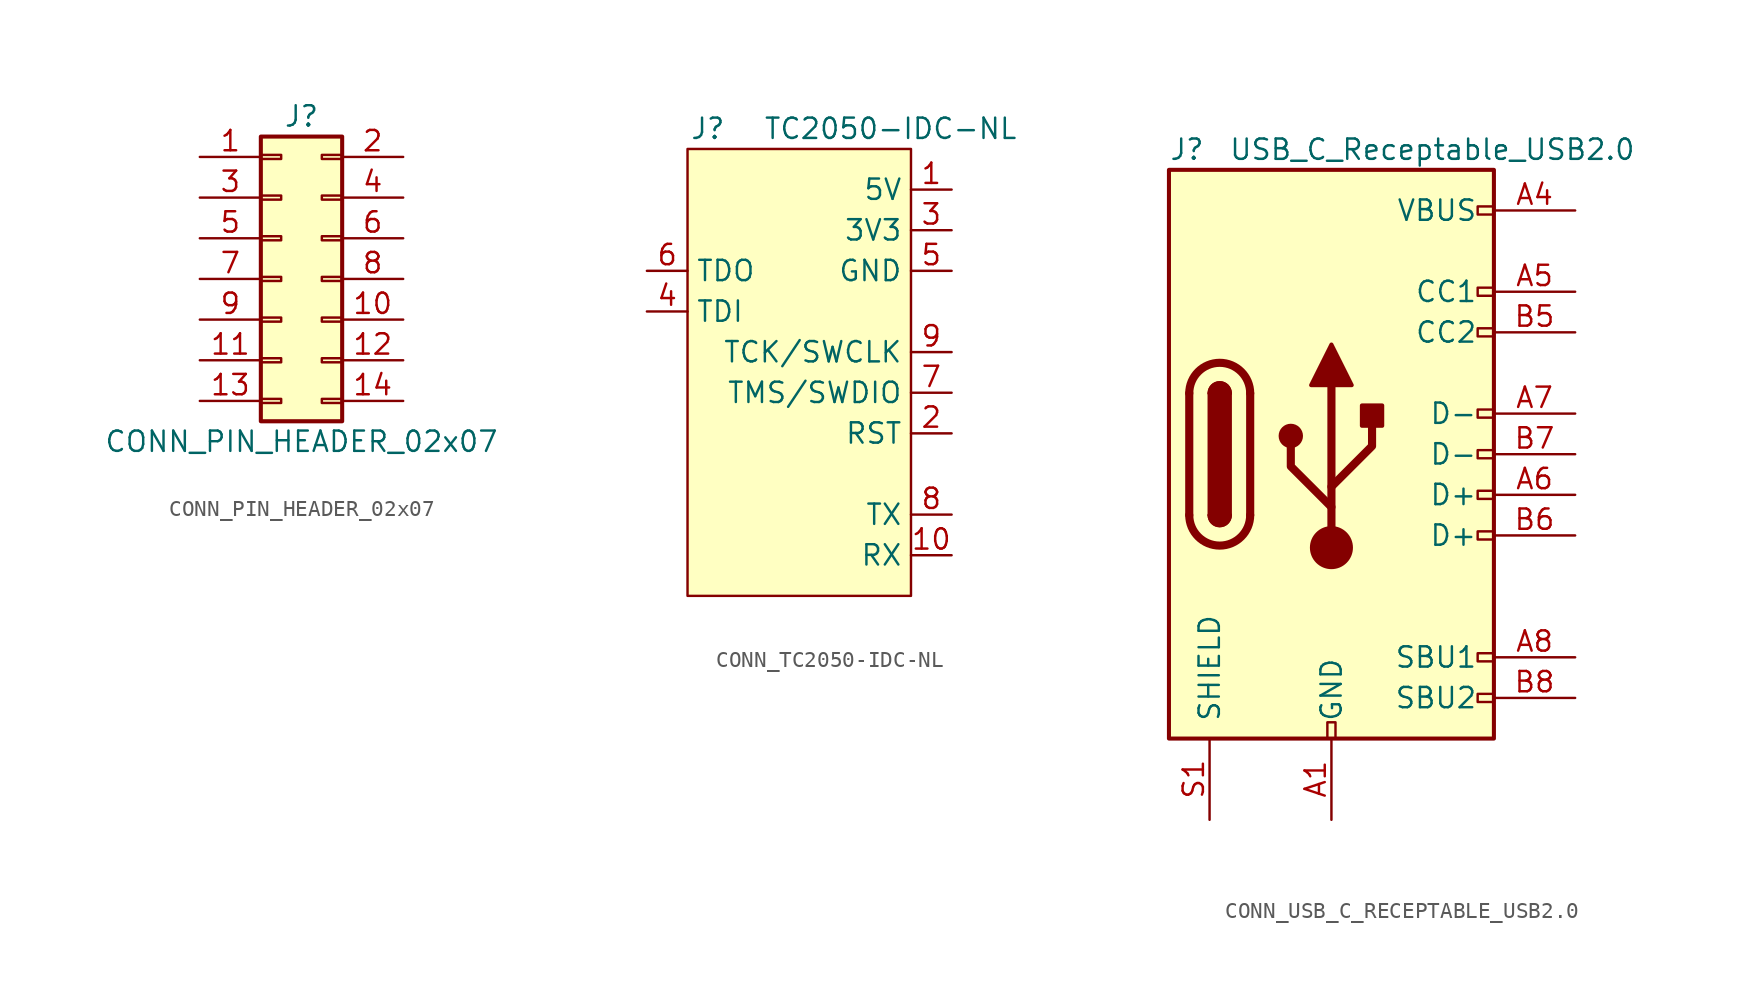
<source format=kicad_sym>
(kicad_symbol_lib
  (version 20231120)
  (generator "kicad_symbol_editor")
  (generator_version "8.0")
  (symbol "CONN_PIN_HEADER_02x07"
    (pin_names
      (offset 1.016) hide)
    (property "Reference" "J"
      (at 0 10.16 0)
      (effects (font (size 1.27 1.27))))
    (property "Value" "CONN_PIN_HEADER_02x07"
      (at 0 -10.16 0)
      (effects (font (size 1.27 1.27))))
    (symbol "CONN_PIN_HEADER_02x07_1_1"
      (rectangle (start -2.54 -7.493) (end -1.27 -7.747) (stroke (width 0.152) (type default)) (fill (type none)))
      (rectangle (start -2.54 -4.953) (end -1.27 -5.207) (stroke (width 0.152) (type default)) (fill (type none)))
      (rectangle (start -2.54 -2.413) (end -1.27 -2.667) (stroke (width 0.152) (type default)) (fill (type none)))
      (rectangle (start -2.54 0.127) (end -1.27 -0.127) (stroke (width 0.152) (type default)) (fill (type none)))
      (rectangle (start -2.54 2.667) (end -1.27 2.413) (stroke (width 0.152) (type default)) (fill (type none)))
      (rectangle (start -2.54 5.207) (end -1.27 4.953) (stroke (width 0.152) (type default)) (fill (type none)))
      (rectangle (start -2.54 7.747) (end -1.27 7.493) (stroke (width 0.152) (type default)) (fill (type none)))
      (rectangle (start -2.54 8.89) (end 2.54 -8.89) (stroke (width 0.254) (type default)) (fill (type background)))
      (rectangle (start 2.54 -7.493) (end 1.27 -7.747) (stroke (width 0.152) (type default)) (fill (type none)))
      (rectangle (start 2.54 -4.953) (end 1.27 -5.207) (stroke (width 0.152) (type default)) (fill (type none)))
      (rectangle (start 2.54 -2.413) (end 1.27 -2.667) (stroke (width 0.152) (type default)) (fill (type none)))
      (rectangle (start 2.54 0.127) (end 1.27 -0.127) (stroke (width 0.152) (type default)) (fill (type none)))
      (rectangle (start 2.54 2.667) (end 1.27 2.413) (stroke (width 0.152) (type default)) (fill (type none)))
      (rectangle (start 2.54 5.207) (end 1.27 4.953) (stroke (width 0.152) (type default)) (fill (type none)))
      (rectangle (start 2.54 7.747) (end 1.27 7.493) (stroke (width 0.152) (type default)) (fill (type none)))
      (pin passive line (at -6.35 7.62 0) (length 3.81) (name "Pin_1" (effects (font (size 1.27 1.27)))) (number "1" (effects (font (size 1.27 1.27)))))
      (pin passive line (at 6.35 -2.54 180) (length 3.81) (name "Pin_10" (effects (font (size 1.27 1.27)))) (number "10" (effects (font (size 1.27 1.27)))))
      (pin passive line (at -6.35 -5.08 0) (length 3.81) (name "Pin_11" (effects (font (size 1.27 1.27)))) (number "11" (effects (font (size 1.27 1.27)))))
      (pin passive line (at 6.35 -5.08 180) (length 3.81) (name "Pin_12" (effects (font (size 1.27 1.27)))) (number "12" (effects (font (size 1.27 1.27)))))
      (pin passive line (at -6.35 -7.62 0) (length 3.81) (name "Pin_13" (effects (font (size 1.27 1.27)))) (number "13" (effects (font (size 1.27 1.27)))))
      (pin passive line (at 6.35 -7.62 180) (length 3.81) (name "Pin_14" (effects (font (size 1.27 1.27)))) (number "14" (effects (font (size 1.27 1.27)))))
      (pin passive line (at 6.35 7.62 180) (length 3.81) (name "Pin_2" (effects (font (size 1.27 1.27)))) (number "2" (effects (font (size 1.27 1.27)))))
      (pin passive line (at -6.35 5.08 0) (length 3.81) (name "Pin_3" (effects (font (size 1.27 1.27)))) (number "3" (effects (font (size 1.27 1.27)))))
      (pin passive line (at 6.35 5.08 180) (length 3.81) (name "Pin_4" (effects (font (size 1.27 1.27)))) (number "4" (effects (font (size 1.27 1.27)))))
      (pin passive line (at -6.35 2.54 0) (length 3.81) (name "Pin_5" (effects (font (size 1.27 1.27)))) (number "5" (effects (font (size 1.27 1.27)))))
      (pin passive line (at 6.35 2.54 180) (length 3.81) (name "Pin_6" (effects (font (size 1.27 1.27)))) (number "6" (effects (font (size 1.27 1.27)))))
      (pin passive line (at -6.35 0 0) (length 3.81) (name "Pin_7" (effects (font (size 1.27 1.27)))) (number "7" (effects (font (size 1.27 1.27)))))
      (pin passive line (at 6.35 0 180) (length 3.81) (name "Pin_8" (effects (font (size 1.27 1.27)))) (number "8" (effects (font (size 1.27 1.27)))))
      (pin passive line (at -6.35 -2.54 0) (length 3.81) (name "Pin_9" (effects (font (size 1.27 1.27)))) (number "9" (effects (font (size 1.27 1.27)))))))
  (symbol "CONN_TC2050-IDC-NL"
    (property "Reference" "J"
      (at -5.08 15.24 0)
      (effects (font (size 1.27 1.27))))
    (property "Value" "TC2050-IDC-NL"
      (at 6.35 15.24 0)
      (effects (font (size 1.27 1.27))))
    (symbol "CONN_TC2050-IDC-NL_1_1"
      (rectangle (start -6.35 13.97) (end 7.62 -13.97) (stroke (width 0) (type default)) (fill (type background)))
      (pin power_out line (at 10.16 11.43 180) (length 2.54) (name "5V" (effects (font (size 1.27 1.27)))) (number "1" (effects (font (size 1.27 1.27)))))
      (pin input line (at 10.16 -11.43 180) (length 2.54) (name "RX" (effects (font (size 1.27 1.27)))) (number "10" (effects (font (size 1.27 1.27)))))
      (pin output line (at 10.16 -3.81 180) (length 2.54) (name "RST" (effects (font (size 1.27 1.27)))) (number "2" (effects (font (size 1.27 1.27)))))
      (pin power_out line (at 10.16 8.89 180) (length 2.54) (name "3V3" (effects (font (size 1.27 1.27)))) (number "3" (effects (font (size 1.27 1.27)))))
      (pin input line (at -8.89 3.81 0) (length 2.54) (name "TDI" (effects (font (size 1.27 1.27)))) (number "4" (effects (font (size 1.27 1.27)))))
      (pin passive line (at 10.16 6.35 180) (length 2.54) (name "GND" (effects (font (size 1.27 1.27)))) (number "5" (effects (font (size 1.27 1.27)))))
      (pin output line (at -8.89 6.35 0) (length 2.54) (name "TDO" (effects (font (size 1.27 1.27)))) (number "6" (effects (font (size 1.27 1.27)))))
      (pin bidirectional line (at 10.16 -1.27 180) (length 2.54) (name "TMS/SWDIO" (effects (font (size 1.27 1.27)))) (number "7" (effects (font (size 1.27 1.27)))))
      (pin output line (at 10.16 -8.89 180) (length 2.54) (name "TX" (effects (font (size 1.27 1.27)))) (number "8" (effects (font (size 1.27 1.27)))))
      (pin output line (at 10.16 1.27 180) (length 2.54) (name "TCK/SWCLK" (effects (font (size 1.27 1.27)))) (number "9" (effects (font (size 1.27 1.27)))))))
  (symbol "CONN_USB_C_RECEPTABLE_USB2.0"
    (pin_names
      (offset 1.016))
    (property "Reference" "J"
      (at -10.16 19.05 0)
      (effects (font (size 1.27 1.27)) (justify left)))
    (property "Value" "USB_C_Receptable_USB2.0"
      (at 19.05 19.05 0)
      (effects (font (size 1.27 1.27)) (justify right)))
    (symbol "CONN_USB_C_RECEPTABLE_USB2.0_0_0"
      (rectangle (start -0.254 -17.78) (end 0.254 -16.764) (stroke (width 0) (type default)) (fill (type none)))
      (rectangle (start 10.16 -14.986) (end 9.144 -15.494) (stroke (width 0) (type default)) (fill (type none)))
      (rectangle (start 10.16 -12.446) (end 9.144 -12.954) (stroke (width 0) (type default)) (fill (type none)))
      (rectangle (start 10.16 -4.826) (end 9.144 -5.334) (stroke (width 0) (type default)) (fill (type none)))
      (rectangle (start 10.16 -2.286) (end 9.144 -2.794) (stroke (width 0) (type default)) (fill (type none)))
      (rectangle (start 10.16 0.254) (end 9.144 -0.254) (stroke (width 0) (type default)) (fill (type none)))
      (rectangle (start 10.16 2.794) (end 9.144 2.286) (stroke (width 0) (type default)) (fill (type none)))
      (rectangle (start 10.16 7.874) (end 9.144 7.366) (stroke (width 0) (type default)) (fill (type none)))
      (rectangle (start 10.16 10.414) (end 9.144 9.906) (stroke (width 0) (type default)) (fill (type none)))
      (rectangle (start 10.16 15.494) (end 9.144 14.986) (stroke (width 0) (type default)) (fill (type none))))
    (symbol "CONN_USB_C_RECEPTABLE_USB2.0_0_1"
      (rectangle (start -10.16 17.78) (end 10.16 -17.78) (stroke (width 0.254) (type default)) (fill (type background)))
      (arc (start -8.89 -3.81) (mid -6.985 -5.7067) (end -5.08 -3.81) (stroke (width 0.508) (type default)) (fill (type none)))
      (arc (start -7.62 -3.81) (mid -6.985 -4.4423) (end -6.35 -3.81) (stroke (width 0.254) (type default)) (fill (type none)))
      (arc (start -7.62 -3.81) (mid -6.985 -4.4423) (end -6.35 -3.81) (stroke (width 0.254) (type default)) (fill (type outline)))
      (rectangle (start -7.62 -3.81) (end -6.35 3.81) (stroke (width 0.254) (type default)) (fill (type outline)))
      (arc (start -6.35 3.81) (mid -6.985 4.4423) (end -7.62 3.81) (stroke (width 0.254) (type default)) (fill (type none)))
      (arc (start -6.35 3.81) (mid -6.985 4.4423) (end -7.62 3.81) (stroke (width 0.254) (type default)) (fill (type outline)))
      (arc (start -5.08 3.81) (mid -6.985 5.7067) (end -8.89 3.81) (stroke (width 0.508) (type default)) (fill (type none)))
      (circle (center -2.54 1.143) (radius 0.635) (stroke (width 0.254) (type default)) (fill (type outline)))
      (circle (center 0 -5.842) (radius 1.27) (stroke (width 0) (type default)) (fill (type outline)))
      (polyline (pts (xy -8.89 -3.81) (xy -8.89 3.81)) (stroke (width 0.508) (type default)) (fill (type none)))
      (polyline (pts (xy -5.08 3.81) (xy -5.08 -3.81)) (stroke (width 0.508) (type default)) (fill (type none)))
      (polyline (pts (xy 0 -5.842) (xy 0 4.318)) (stroke (width 0.508) (type default)) (fill (type none)))
      (polyline (pts (xy 0 -3.302) (xy -2.54 -0.762) (xy -2.54 0.508)) (stroke (width 0.508) (type default)) (fill (type none)))
      (polyline (pts (xy 0 -2.032) (xy 2.54 0.508) (xy 2.54 1.778)) (stroke (width 0.508) (type default)) (fill (type none)))
      (polyline (pts (xy -1.27 4.318) (xy 0 6.858) (xy 1.27 4.318) (xy -1.27 4.318)) (stroke (width 0.254) (type default)) (fill (type outline)))
      (rectangle (start 1.905 1.778) (end 3.175 3.048) (stroke (width 0.254) (type default)) (fill (type outline))))
    (symbol "CONN_USB_C_RECEPTABLE_USB2.0_1_1"
      (pin passive line (at 0 -22.86 90) (length 5.08) (name "GND" (effects (font (size 1.27 1.27)))) (number "A1" (effects (font (size 1.27 1.27)))))
      (pin passive line (at 0 -22.86 90) (length 5.08) hide (name "GND" (effects (font (size 1.27 1.27)))) (number "A12" (effects (font (size 1.27 1.27)))))
      (pin passive line (at 15.24 15.24 180) (length 5.08) (name "VBUS" (effects (font (size 1.27 1.27)))) (number "A4" (effects (font (size 1.27 1.27)))))
      (pin bidirectional line (at 15.24 10.16 180) (length 5.08) (name "CC1" (effects (font (size 1.27 1.27)))) (number "A5" (effects (font (size 1.27 1.27)))))
      (pin bidirectional line (at 15.24 -2.54 180) (length 5.08) (name "D+" (effects (font (size 1.27 1.27)))) (number "A6" (effects (font (size 1.27 1.27)))))
      (pin bidirectional line (at 15.24 2.54 180) (length 5.08) (name "D-" (effects (font (size 1.27 1.27)))) (number "A7" (effects (font (size 1.27 1.27)))))
      (pin bidirectional line (at 15.24 -12.7 180) (length 5.08) (name "SBU1" (effects (font (size 1.27 1.27)))) (number "A8" (effects (font (size 1.27 1.27)))))
      (pin passive line (at 15.24 15.24 180) (length 5.08) hide (name "VBUS" (effects (font (size 1.27 1.27)))) (number "A9" (effects (font (size 1.27 1.27)))))
      (pin passive line (at 0 -22.86 90) (length 5.08) hide (name "GND" (effects (font (size 1.27 1.27)))) (number "B1" (effects (font (size 1.27 1.27)))))
      (pin passive line (at 0 -22.86 90) (length 5.08) hide (name "GND" (effects (font (size 1.27 1.27)))) (number "B12" (effects (font (size 1.27 1.27)))))
      (pin passive line (at 15.24 15.24 180) (length 5.08) hide (name "VBUS" (effects (font (size 1.27 1.27)))) (number "B4" (effects (font (size 1.27 1.27)))))
      (pin bidirectional line (at 15.24 7.62 180) (length 5.08) (name "CC2" (effects (font (size 1.27 1.27)))) (number "B5" (effects (font (size 1.27 1.27)))))
      (pin bidirectional line (at 15.24 -5.08 180) (length 5.08) (name "D+" (effects (font (size 1.27 1.27)))) (number "B6" (effects (font (size 1.27 1.27)))))
      (pin bidirectional line (at 15.24 0 180) (length 5.08) (name "D-" (effects (font (size 1.27 1.27)))) (number "B7" (effects (font (size 1.27 1.27)))))
      (pin bidirectional line (at 15.24 -15.24 180) (length 5.08) (name "SBU2" (effects (font (size 1.27 1.27)))) (number "B8" (effects (font (size 1.27 1.27)))))
      (pin passive line (at 15.24 15.24 180) (length 5.08) hide (name "VBUS" (effects (font (size 1.27 1.27)))) (number "B9" (effects (font (size 1.27 1.27)))))
      (pin passive line (at -7.62 -22.86 90) (length 5.08) (name "SHIELD" (effects (font (size 1.27 1.27)))) (number "S1" (effects (font (size 1.27 1.27))))))))
</source>
